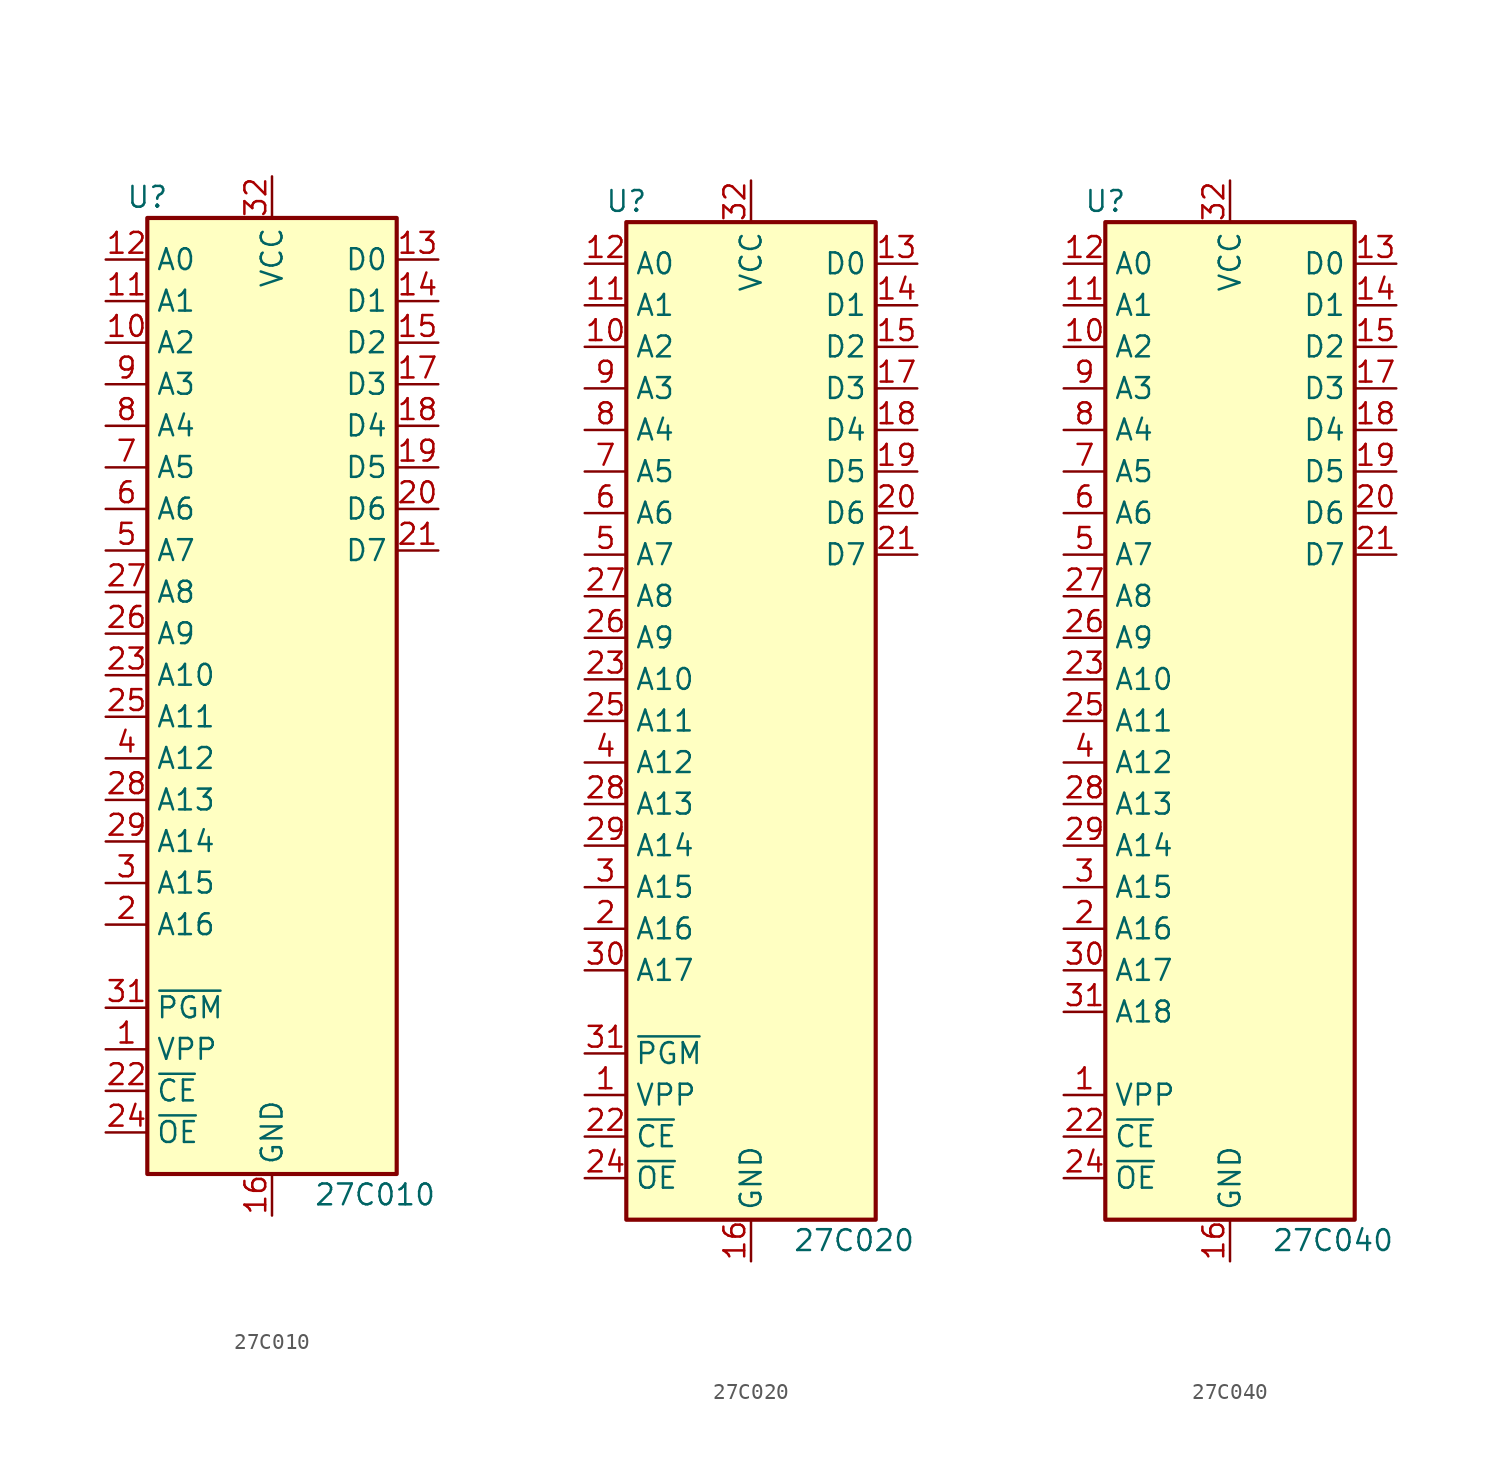
<source format=kicad_sym>
(kicad_symbol_lib
  (version 20201005)
  (generator kicad_symbol_editor)
  (symbol "27C010"
    (property "Reference" "U"
      (at -7.62 29.21 0)
      (effects (font (size 1.27 1.27))))
    (property "Value" "27C010"
      (at 2.54 -31.75 0)
      (effects (font (size 1.27 1.27)) (justify left)))
    (symbol "27C010_1_1"
      (rectangle (start -7.62 27.94) (end 7.62 -30.48) (stroke (width 0.254)) (fill (type background)))
      (pin input line (at -10.16 -22.86 0) (length 2.54) (name "VPP" (effects (font (size 1.27 1.27)))) (number "1" (effects (font (size 1.27 1.27)))))
      (pin input line (at -10.16 20.32 0) (length 2.54) (name "A2" (effects (font (size 1.27 1.27)))) (number "10" (effects (font (size 1.27 1.27)))))
      (pin input line (at -10.16 22.86 0) (length 2.54) (name "A1" (effects (font (size 1.27 1.27)))) (number "11" (effects (font (size 1.27 1.27)))))
      (pin input line (at -10.16 25.4 0) (length 2.54) (name "A0" (effects (font (size 1.27 1.27)))) (number "12" (effects (font (size 1.27 1.27)))))
      (pin tri_state line (at 10.16 25.4 180) (length 2.54) (name "D0" (effects (font (size 1.27 1.27)))) (number "13" (effects (font (size 1.27 1.27)))))
      (pin tri_state line (at 10.16 22.86 180) (length 2.54) (name "D1" (effects (font (size 1.27 1.27)))) (number "14" (effects (font (size 1.27 1.27)))))
      (pin tri_state line (at 10.16 20.32 180) (length 2.54) (name "D2" (effects (font (size 1.27 1.27)))) (number "15" (effects (font (size 1.27 1.27)))))
      (pin power_in line (at 0 -33.02 90) (length 2.54) (name "GND" (effects (font (size 1.27 1.27)))) (number "16" (effects (font (size 1.27 1.27)))))
      (pin tri_state line (at 10.16 17.78 180) (length 2.54) (name "D3" (effects (font (size 1.27 1.27)))) (number "17" (effects (font (size 1.27 1.27)))))
      (pin tri_state line (at 10.16 15.24 180) (length 2.54) (name "D4" (effects (font (size 1.27 1.27)))) (number "18" (effects (font (size 1.27 1.27)))))
      (pin tri_state line (at 10.16 12.7 180) (length 2.54) (name "D5" (effects (font (size 1.27 1.27)))) (number "19" (effects (font (size 1.27 1.27)))))
      (pin input line (at -10.16 -15.24 0) (length 2.54) (name "A16" (effects (font (size 1.27 1.27)))) (number "2" (effects (font (size 1.27 1.27)))))
      (pin tri_state line (at 10.16 10.16 180) (length 2.54) (name "D6" (effects (font (size 1.27 1.27)))) (number "20" (effects (font (size 1.27 1.27)))))
      (pin tri_state line (at 10.16 7.62 180) (length 2.54) (name "D7" (effects (font (size 1.27 1.27)))) (number "21" (effects (font (size 1.27 1.27)))))
      (pin input line (at -10.16 -25.4 0) (length 2.54) (name "~CE" (effects (font (size 1.27 1.27)))) (number "22" (effects (font (size 1.27 1.27)))))
      (pin input line (at -10.16 0 0) (length 2.54) (name "A10" (effects (font (size 1.27 1.27)))) (number "23" (effects (font (size 1.27 1.27)))))
      (pin input line (at -10.16 -27.94 0) (length 2.54) (name "~OE" (effects (font (size 1.27 1.27)))) (number "24" (effects (font (size 1.27 1.27)))))
      (pin input line (at -10.16 -2.54 0) (length 2.54) (name "A11" (effects (font (size 1.27 1.27)))) (number "25" (effects (font (size 1.27 1.27)))))
      (pin input line (at -10.16 2.54 0) (length 2.54) (name "A9" (effects (font (size 1.27 1.27)))) (number "26" (effects (font (size 1.27 1.27)))))
      (pin input line (at -10.16 5.08 0) (length 2.54) (name "A8" (effects (font (size 1.27 1.27)))) (number "27" (effects (font (size 1.27 1.27)))))
      (pin input line (at -10.16 -7.62 0) (length 2.54) (name "A13" (effects (font (size 1.27 1.27)))) (number "28" (effects (font (size 1.27 1.27)))))
      (pin input line (at -10.16 -10.16 0) (length 2.54) (name "A14" (effects (font (size 1.27 1.27)))) (number "29" (effects (font (size 1.27 1.27)))))
      (pin input line (at -10.16 -12.7 0) (length 2.54) (name "A15" (effects (font (size 1.27 1.27)))) (number "3" (effects (font (size 1.27 1.27)))))
      (pin input line (at -10.16 -20.32 0) (length 2.54) (name "~PGM" (effects (font (size 1.27 1.27)))) (number "31" (effects (font (size 1.27 1.27)))))
      (pin power_in line (at 0 30.48 270) (length 2.54) (name "VCC" (effects (font (size 1.27 1.27)))) (number "32" (effects (font (size 1.27 1.27)))))
      (pin input line (at -10.16 -5.08 0) (length 2.54) (name "A12" (effects (font (size 1.27 1.27)))) (number "4" (effects (font (size 1.27 1.27)))))
      (pin input line (at -10.16 7.62 0) (length 2.54) (name "A7" (effects (font (size 1.27 1.27)))) (number "5" (effects (font (size 1.27 1.27)))))
      (pin input line (at -10.16 10.16 0) (length 2.54) (name "A6" (effects (font (size 1.27 1.27)))) (number "6" (effects (font (size 1.27 1.27)))))
      (pin input line (at -10.16 12.7 0) (length 2.54) (name "A5" (effects (font (size 1.27 1.27)))) (number "7" (effects (font (size 1.27 1.27)))))
      (pin input line (at -10.16 15.24 0) (length 2.54) (name "A4" (effects (font (size 1.27 1.27)))) (number "8" (effects (font (size 1.27 1.27)))))
      (pin input line (at -10.16 17.78 0) (length 2.54) (name "A3" (effects (font (size 1.27 1.27)))) (number "9" (effects (font (size 1.27 1.27)))))))
  (symbol "27C020"
    (property "Reference" "U"
      (at -7.62 31.75 0)
      (effects (font (size 1.27 1.27))))
    (property "Value" "27C020"
      (at 2.54 -31.75 0)
      (effects (font (size 1.27 1.27)) (justify left)))
    (symbol "27C020_1_1"
      (rectangle (start -7.62 30.48) (end 7.62 -30.48) (stroke (width 0.254)) (fill (type background)))
      (pin input line (at -10.16 -22.86 0) (length 2.54) (name "VPP" (effects (font (size 1.27 1.27)))) (number "1" (effects (font (size 1.27 1.27)))))
      (pin input line (at -10.16 22.86 0) (length 2.54) (name "A2" (effects (font (size 1.27 1.27)))) (number "10" (effects (font (size 1.27 1.27)))))
      (pin input line (at -10.16 25.4 0) (length 2.54) (name "A1" (effects (font (size 1.27 1.27)))) (number "11" (effects (font (size 1.27 1.27)))))
      (pin input line (at -10.16 27.94 0) (length 2.54) (name "A0" (effects (font (size 1.27 1.27)))) (number "12" (effects (font (size 1.27 1.27)))))
      (pin tri_state line (at 10.16 27.94 180) (length 2.54) (name "D0" (effects (font (size 1.27 1.27)))) (number "13" (effects (font (size 1.27 1.27)))))
      (pin tri_state line (at 10.16 25.4 180) (length 2.54) (name "D1" (effects (font (size 1.27 1.27)))) (number "14" (effects (font (size 1.27 1.27)))))
      (pin tri_state line (at 10.16 22.86 180) (length 2.54) (name "D2" (effects (font (size 1.27 1.27)))) (number "15" (effects (font (size 1.27 1.27)))))
      (pin power_in line (at 0 -33.02 90) (length 2.54) (name "GND" (effects (font (size 1.27 1.27)))) (number "16" (effects (font (size 1.27 1.27)))))
      (pin tri_state line (at 10.16 20.32 180) (length 2.54) (name "D3" (effects (font (size 1.27 1.27)))) (number "17" (effects (font (size 1.27 1.27)))))
      (pin tri_state line (at 10.16 17.78 180) (length 2.54) (name "D4" (effects (font (size 1.27 1.27)))) (number "18" (effects (font (size 1.27 1.27)))))
      (pin tri_state line (at 10.16 15.24 180) (length 2.54) (name "D5" (effects (font (size 1.27 1.27)))) (number "19" (effects (font (size 1.27 1.27)))))
      (pin input line (at -10.16 -12.7 0) (length 2.54) (name "A16" (effects (font (size 1.27 1.27)))) (number "2" (effects (font (size 1.27 1.27)))))
      (pin tri_state line (at 10.16 12.7 180) (length 2.54) (name "D6" (effects (font (size 1.27 1.27)))) (number "20" (effects (font (size 1.27 1.27)))))
      (pin tri_state line (at 10.16 10.16 180) (length 2.54) (name "D7" (effects (font (size 1.27 1.27)))) (number "21" (effects (font (size 1.27 1.27)))))
      (pin input line (at -10.16 -25.4 0) (length 2.54) (name "~CE" (effects (font (size 1.27 1.27)))) (number "22" (effects (font (size 1.27 1.27)))))
      (pin input line (at -10.16 2.54 0) (length 2.54) (name "A10" (effects (font (size 1.27 1.27)))) (number "23" (effects (font (size 1.27 1.27)))))
      (pin input line (at -10.16 -27.94 0) (length 2.54) (name "~OE" (effects (font (size 1.27 1.27)))) (number "24" (effects (font (size 1.27 1.27)))))
      (pin input line (at -10.16 0 0) (length 2.54) (name "A11" (effects (font (size 1.27 1.27)))) (number "25" (effects (font (size 1.27 1.27)))))
      (pin input line (at -10.16 5.08 0) (length 2.54) (name "A9" (effects (font (size 1.27 1.27)))) (number "26" (effects (font (size 1.27 1.27)))))
      (pin input line (at -10.16 7.62 0) (length 2.54) (name "A8" (effects (font (size 1.27 1.27)))) (number "27" (effects (font (size 1.27 1.27)))))
      (pin input line (at -10.16 -5.08 0) (length 2.54) (name "A13" (effects (font (size 1.27 1.27)))) (number "28" (effects (font (size 1.27 1.27)))))
      (pin input line (at -10.16 -7.62 0) (length 2.54) (name "A14" (effects (font (size 1.27 1.27)))) (number "29" (effects (font (size 1.27 1.27)))))
      (pin input line (at -10.16 -10.16 0) (length 2.54) (name "A15" (effects (font (size 1.27 1.27)))) (number "3" (effects (font (size 1.27 1.27)))))
      (pin input line (at -10.16 -15.24 0) (length 2.54) (name "A17" (effects (font (size 1.27 1.27)))) (number "30" (effects (font (size 1.27 1.27)))))
      (pin input line (at -10.16 -20.32 0) (length 2.54) (name "~PGM" (effects (font (size 1.27 1.27)))) (number "31" (effects (font (size 1.27 1.27)))))
      (pin power_in line (at 0 33.02 270) (length 2.54) (name "VCC" (effects (font (size 1.27 1.27)))) (number "32" (effects (font (size 1.27 1.27)))))
      (pin input line (at -10.16 -2.54 0) (length 2.54) (name "A12" (effects (font (size 1.27 1.27)))) (number "4" (effects (font (size 1.27 1.27)))))
      (pin input line (at -10.16 10.16 0) (length 2.54) (name "A7" (effects (font (size 1.27 1.27)))) (number "5" (effects (font (size 1.27 1.27)))))
      (pin input line (at -10.16 12.7 0) (length 2.54) (name "A6" (effects (font (size 1.27 1.27)))) (number "6" (effects (font (size 1.27 1.27)))))
      (pin input line (at -10.16 15.24 0) (length 2.54) (name "A5" (effects (font (size 1.27 1.27)))) (number "7" (effects (font (size 1.27 1.27)))))
      (pin input line (at -10.16 17.78 0) (length 2.54) (name "A4" (effects (font (size 1.27 1.27)))) (number "8" (effects (font (size 1.27 1.27)))))
      (pin input line (at -10.16 20.32 0) (length 2.54) (name "A3" (effects (font (size 1.27 1.27)))) (number "9" (effects (font (size 1.27 1.27)))))))
  (symbol "27C040"
    (property "Reference" "U"
      (at -7.62 31.75 0)
      (effects (font (size 1.27 1.27))))
    (property "Value" "27C040"
      (at 2.54 -31.75 0)
      (effects (font (size 1.27 1.27)) (justify left)))
    (symbol "27C040_1_1"
      (rectangle (start -7.62 30.48) (end 7.62 -30.48) (stroke (width 0.254)) (fill (type background)))
      (pin input line (at -10.16 -22.86 0) (length 2.54) (name "VPP" (effects (font (size 1.27 1.27)))) (number "1" (effects (font (size 1.27 1.27)))))
      (pin input line (at -10.16 22.86 0) (length 2.54) (name "A2" (effects (font (size 1.27 1.27)))) (number "10" (effects (font (size 1.27 1.27)))))
      (pin input line (at -10.16 25.4 0) (length 2.54) (name "A1" (effects (font (size 1.27 1.27)))) (number "11" (effects (font (size 1.27 1.27)))))
      (pin input line (at -10.16 27.94 0) (length 2.54) (name "A0" (effects (font (size 1.27 1.27)))) (number "12" (effects (font (size 1.27 1.27)))))
      (pin tri_state line (at 10.16 27.94 180) (length 2.54) (name "D0" (effects (font (size 1.27 1.27)))) (number "13" (effects (font (size 1.27 1.27)))))
      (pin tri_state line (at 10.16 25.4 180) (length 2.54) (name "D1" (effects (font (size 1.27 1.27)))) (number "14" (effects (font (size 1.27 1.27)))))
      (pin tri_state line (at 10.16 22.86 180) (length 2.54) (name "D2" (effects (font (size 1.27 1.27)))) (number "15" (effects (font (size 1.27 1.27)))))
      (pin power_in line (at 0 -33.02 90) (length 2.54) (name "GND" (effects (font (size 1.27 1.27)))) (number "16" (effects (font (size 1.27 1.27)))))
      (pin tri_state line (at 10.16 20.32 180) (length 2.54) (name "D3" (effects (font (size 1.27 1.27)))) (number "17" (effects (font (size 1.27 1.27)))))
      (pin tri_state line (at 10.16 17.78 180) (length 2.54) (name "D4" (effects (font (size 1.27 1.27)))) (number "18" (effects (font (size 1.27 1.27)))))
      (pin tri_state line (at 10.16 15.24 180) (length 2.54) (name "D5" (effects (font (size 1.27 1.27)))) (number "19" (effects (font (size 1.27 1.27)))))
      (pin input line (at -10.16 -12.7 0) (length 2.54) (name "A16" (effects (font (size 1.27 1.27)))) (number "2" (effects (font (size 1.27 1.27)))))
      (pin tri_state line (at 10.16 12.7 180) (length 2.54) (name "D6" (effects (font (size 1.27 1.27)))) (number "20" (effects (font (size 1.27 1.27)))))
      (pin tri_state line (at 10.16 10.16 180) (length 2.54) (name "D7" (effects (font (size 1.27 1.27)))) (number "21" (effects (font (size 1.27 1.27)))))
      (pin input line (at -10.16 -25.4 0) (length 2.54) (name "~CE" (effects (font (size 1.27 1.27)))) (number "22" (effects (font (size 1.27 1.27)))))
      (pin input line (at -10.16 2.54 0) (length 2.54) (name "A10" (effects (font (size 1.27 1.27)))) (number "23" (effects (font (size 1.27 1.27)))))
      (pin input line (at -10.16 -27.94 0) (length 2.54) (name "~OE" (effects (font (size 1.27 1.27)))) (number "24" (effects (font (size 1.27 1.27)))))
      (pin input line (at -10.16 0 0) (length 2.54) (name "A11" (effects (font (size 1.27 1.27)))) (number "25" (effects (font (size 1.27 1.27)))))
      (pin input line (at -10.16 5.08 0) (length 2.54) (name "A9" (effects (font (size 1.27 1.27)))) (number "26" (effects (font (size 1.27 1.27)))))
      (pin input line (at -10.16 7.62 0) (length 2.54) (name "A8" (effects (font (size 1.27 1.27)))) (number "27" (effects (font (size 1.27 1.27)))))
      (pin input line (at -10.16 -5.08 0) (length 2.54) (name "A13" (effects (font (size 1.27 1.27)))) (number "28" (effects (font (size 1.27 1.27)))))
      (pin input line (at -10.16 -7.62 0) (length 2.54) (name "A14" (effects (font (size 1.27 1.27)))) (number "29" (effects (font (size 1.27 1.27)))))
      (pin input line (at -10.16 -10.16 0) (length 2.54) (name "A15" (effects (font (size 1.27 1.27)))) (number "3" (effects (font (size 1.27 1.27)))))
      (pin input line (at -10.16 -15.24 0) (length 2.54) (name "A17" (effects (font (size 1.27 1.27)))) (number "30" (effects (font (size 1.27 1.27)))))
      (pin input line (at -10.16 -17.78 0) (length 2.54) (name "A18" (effects (font (size 1.27 1.27)))) (number "31" (effects (font (size 1.27 1.27)))))
      (pin power_in line (at 0 33.02 270) (length 2.54) (name "VCC" (effects (font (size 1.27 1.27)))) (number "32" (effects (font (size 1.27 1.27)))))
      (pin input line (at -10.16 -2.54 0) (length 2.54) (name "A12" (effects (font (size 1.27 1.27)))) (number "4" (effects (font (size 1.27 1.27)))))
      (pin input line (at -10.16 10.16 0) (length 2.54) (name "A7" (effects (font (size 1.27 1.27)))) (number "5" (effects (font (size 1.27 1.27)))))
      (pin input line (at -10.16 12.7 0) (length 2.54) (name "A6" (effects (font (size 1.27 1.27)))) (number "6" (effects (font (size 1.27 1.27)))))
      (pin input line (at -10.16 15.24 0) (length 2.54) (name "A5" (effects (font (size 1.27 1.27)))) (number "7" (effects (font (size 1.27 1.27)))))
      (pin input line (at -10.16 17.78 0) (length 2.54) (name "A4" (effects (font (size 1.27 1.27)))) (number "8" (effects (font (size 1.27 1.27)))))
      (pin input line (at -10.16 20.32 0) (length 2.54) (name "A3" (effects (font (size 1.27 1.27)))) (number "9" (effects (font (size 1.27 1.27))))))))
</source>
